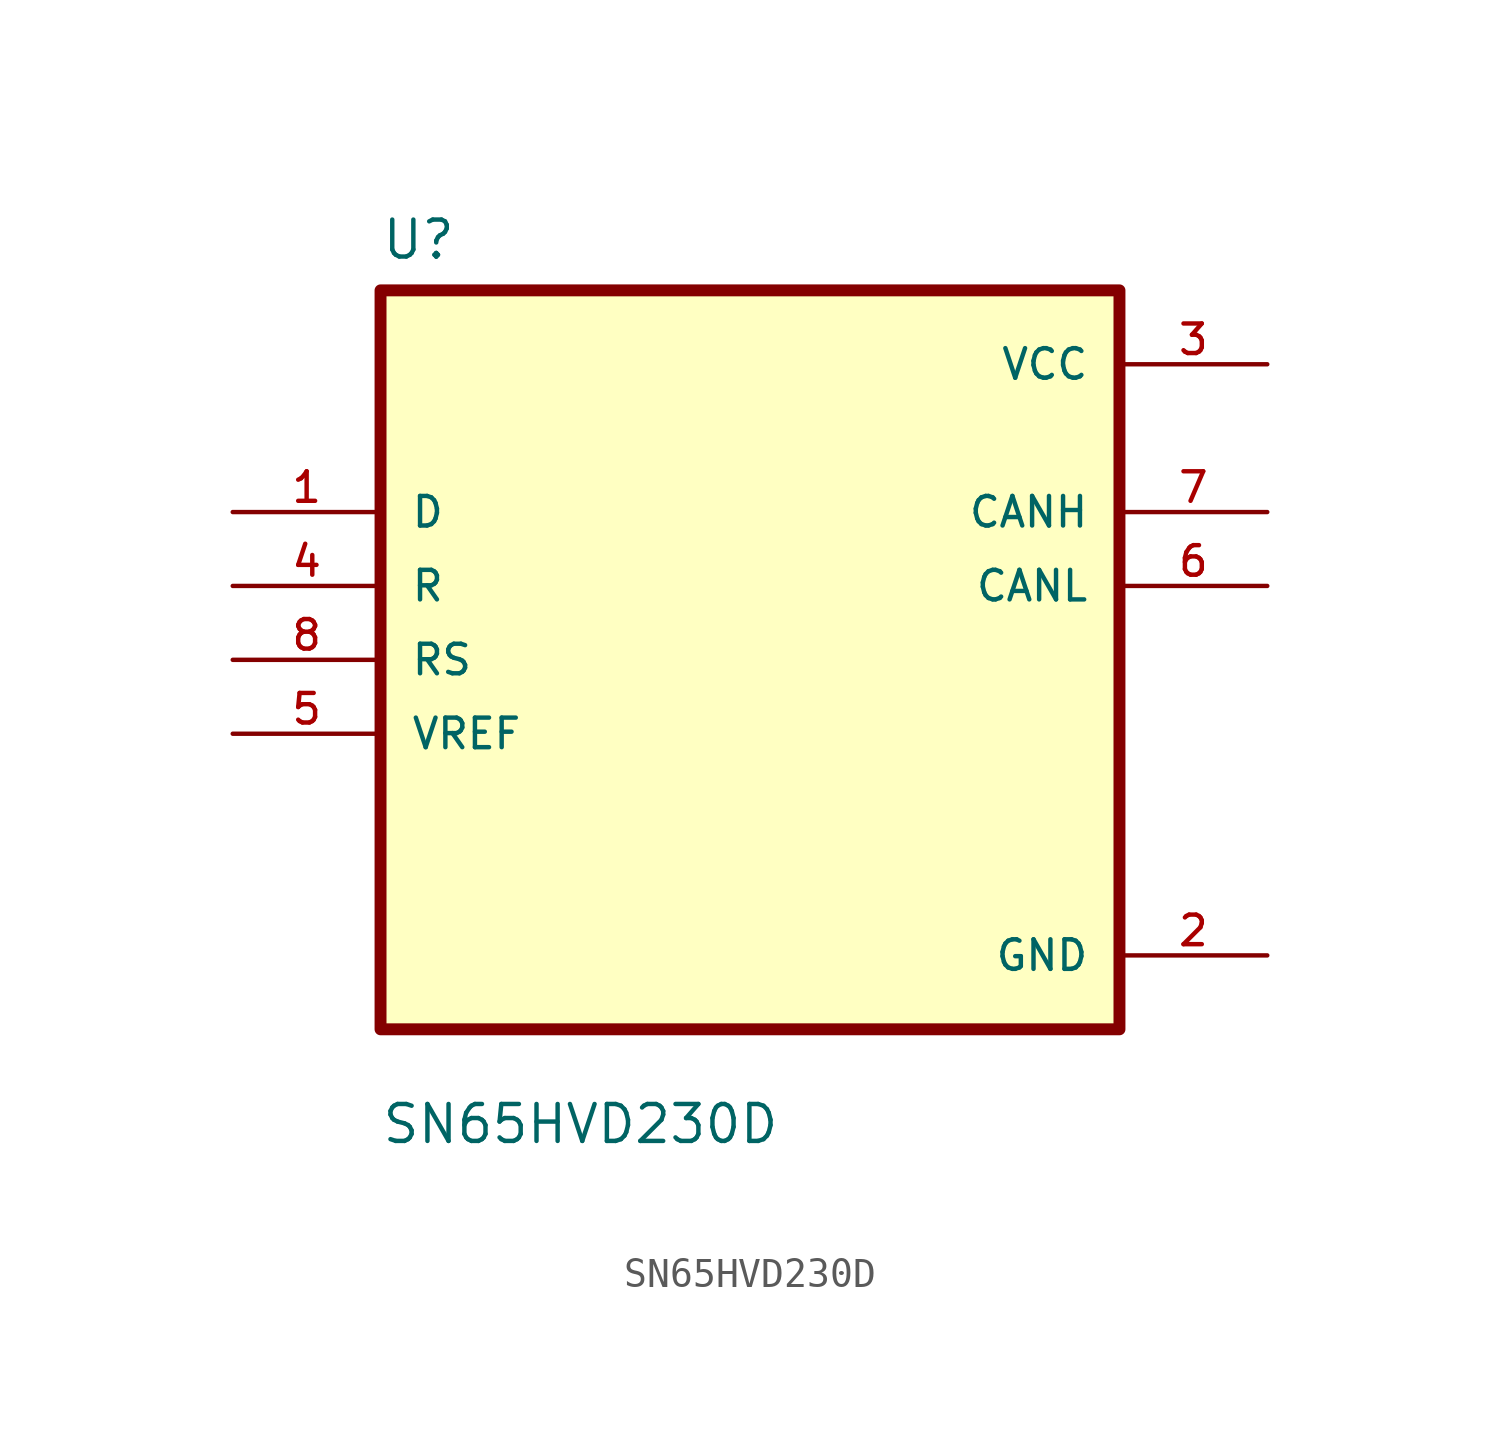
<source format=kicad_sym>
(kicad_symbol_lib
  (version 20211014)
  (generator kicad_symbol_editor)
  (symbol "SN65HVD230D"
    (pin_names
      (offset 1.016))
    (property "Reference" "U"
      (at -12.7 13.7 0.0)
      (effects (font (size 1.27 1.27)) (justify bottom left)))
    (property "Value" "SN65HVD230D"
      (at -12.7 -16.7 0.0)
      (effects (font (size 1.27 1.27)) (justify bottom left)))
    (symbol "SN65HVD230D_0_0"
      (rectangle (start -12.7 -12.7) (end 12.7 12.7) (stroke (width 0.41)) (fill (type background)))
      (pin input line (at -17.78 5.08 0) (length 5.08) (name "D" (effects (font (size 1.016 1.016)))) (number "1" (effects (font (size 1.016 1.016)))))
      (pin input line (at -17.78 2.54 0) (length 5.08) (name "R" (effects (font (size 1.016 1.016)))) (number "4" (effects (font (size 1.016 1.016)))))
      (pin input line (at -17.78 -8.88178e-16 0) (length 5.08) (name "RS" (effects (font (size 1.016 1.016)))) (number "8" (effects (font (size 1.016 1.016)))))
      (pin input line (at -17.78 -2.54 0) (length 5.08) (name "VREF" (effects (font (size 1.016 1.016)))) (number "5" (effects (font (size 1.016 1.016)))))
      (pin power_in line (at 17.78 10.16 180.0) (length 5.08) (name "VCC" (effects (font (size 1.016 1.016)))) (number "3" (effects (font (size 1.016 1.016)))))
      (pin output line (at 17.78 5.08 180.0) (length 5.08) (name "CANH" (effects (font (size 1.016 1.016)))) (number "7" (effects (font (size 1.016 1.016)))))
      (pin output line (at 17.78 2.54 180.0) (length 5.08) (name "CANL" (effects (font (size 1.016 1.016)))) (number "6" (effects (font (size 1.016 1.016)))))
      (pin power_in line (at 17.78 -10.16 180.0) (length 5.08) (name "GND" (effects (font (size 1.016 1.016)))) (number "2" (effects (font (size 1.016 1.016))))))))
</source>
